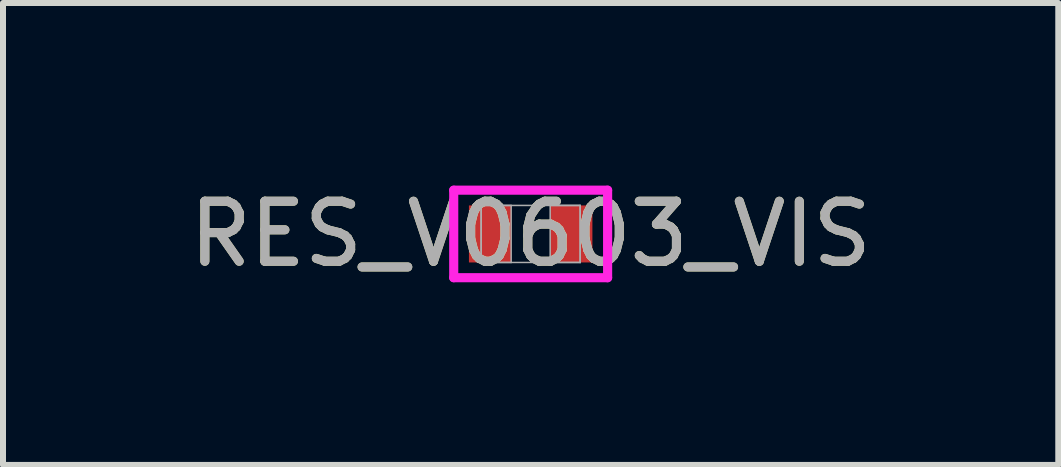
<source format=kicad_pcb>
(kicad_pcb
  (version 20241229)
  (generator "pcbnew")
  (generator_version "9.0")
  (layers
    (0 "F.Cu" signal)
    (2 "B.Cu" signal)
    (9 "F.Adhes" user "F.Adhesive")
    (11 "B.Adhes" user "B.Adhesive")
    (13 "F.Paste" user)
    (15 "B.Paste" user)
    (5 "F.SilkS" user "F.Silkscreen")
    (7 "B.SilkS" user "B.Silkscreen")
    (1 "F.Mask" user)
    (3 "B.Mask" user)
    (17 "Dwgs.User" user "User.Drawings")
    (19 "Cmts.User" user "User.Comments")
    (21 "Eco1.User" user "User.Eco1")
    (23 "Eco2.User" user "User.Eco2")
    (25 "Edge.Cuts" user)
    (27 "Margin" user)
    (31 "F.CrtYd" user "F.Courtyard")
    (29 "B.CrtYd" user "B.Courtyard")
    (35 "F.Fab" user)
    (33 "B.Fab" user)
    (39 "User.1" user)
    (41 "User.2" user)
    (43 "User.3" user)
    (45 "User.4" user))
  (footprint "RES_V0603_VIS"
    (layer "F.Cu")
    (at 5.792 0.848)
    (property "Reference" "RES_V0603_VIS" (at 0 0 0) (unlocked yes) (layer "F.SilkS") (effects (font (size 1 1) (thickness 0.15))))
    (attr smd)
    (fp_line (start -1.282 -0.729) (end 1.282 -0.729) (stroke (width 0.152) (type solid)) (layer "F.CrtYd"))
    (fp_line (start -1.282 0.729) (end -1.282 -0.729) (stroke (width 0.152) (type solid)) (layer "F.CrtYd"))
    (fp_line (start 1.282 -0.729) (end 1.282 0.729) (stroke (width 0.152) (type solid)) (layer "F.CrtYd"))
    (fp_line (start 1.282 0.729) (end -1.282 0.729) (stroke (width 0.152) (type solid)) (layer "F.CrtYd"))
    (fp_line (start -0.825 -0.475) (end -0.825 0.475) (stroke (width 0.025) (type solid)) (layer "F.Fab"))
    (fp_line (start -0.825 -0.475) (end -0.825 0.475) (stroke (width 0.025) (type solid)) (layer "F.Fab"))
    (fp_line (start -0.825 0.475) (end -0.325 0.475) (stroke (width 0.025) (type solid)) (layer "F.Fab"))
    (fp_line (start -0.825 0.475) (end 0.825 0.475) (stroke (width 0.025) (type solid)) (layer "F.Fab"))
    (fp_line (start -0.325 -0.475) (end -0.825 -0.475) (stroke (width 0.025) (type solid)) (layer "F.Fab"))
    (fp_line (start -0.325 0.475) (end -0.325 -0.475) (stroke (width 0.025) (type solid)) (layer "F.Fab"))
    (fp_line (start 0.325 -0.475) (end 0.325 0.475) (stroke (width 0.025) (type solid)) (layer "F.Fab"))
    (fp_line (start 0.325 0.475) (end 0.825 0.475) (stroke (width 0.025) (type solid)) (layer "F.Fab"))
    (fp_line (start 0.825 -0.475) (end -0.825 -0.475) (stroke (width 0.025) (type solid)) (layer "F.Fab"))
    (fp_line (start 0.825 -0.475) (end 0.325 -0.475) (stroke (width 0.025) (type solid)) (layer "F.Fab"))
    (fp_line (start 0.825 0.475) (end 0.825 -0.475) (stroke (width 0.025) (type solid)) (layer "F.Fab"))
    (fp_line (start 0.825 0.475) (end 0.825 -0.475) (stroke (width 0.025) (type solid)) (layer "F.Fab"))
    (fp_text user "${REFERENCE}" (at 0 0 0) (unlocked yes) (layer "F.Fab") (effects (font (size 1 1) (thickness 0.15))))
    (pad "1" smd rect (at -0.677 0) (size 0.703 0.95) (layers "F.Cu" "F.Mask" "F.Paste"))
    (pad "2" smd rect (at 0.677 0) (size 0.703 0.95) (layers "F.Cu" "F.Mask" "F.Paste"))
    (zone (net_name "") (layer "F.Cu") (hatch full 0.508) (connect_pads) (min_thickness 0.254) (filled_areas_thickness no) (keepout (tracks not_allowed) (vias not_allowed) (pads allowed) (copperpour not_allowed) (footprints allowed)) (placement (enabled no)) (fill) (polygon (pts (xy 5.517 0.424) (xy 6.066 0.424) (xy 6.066 1.272) (xy 5.517 1.272)))))
  (gr_rect
    (start -3 -3)
    (end 14.583 4.697)
    (stroke (width 0.1) (type default))
    (fill no)
    (layer "Edge.Cuts")))
</source>
